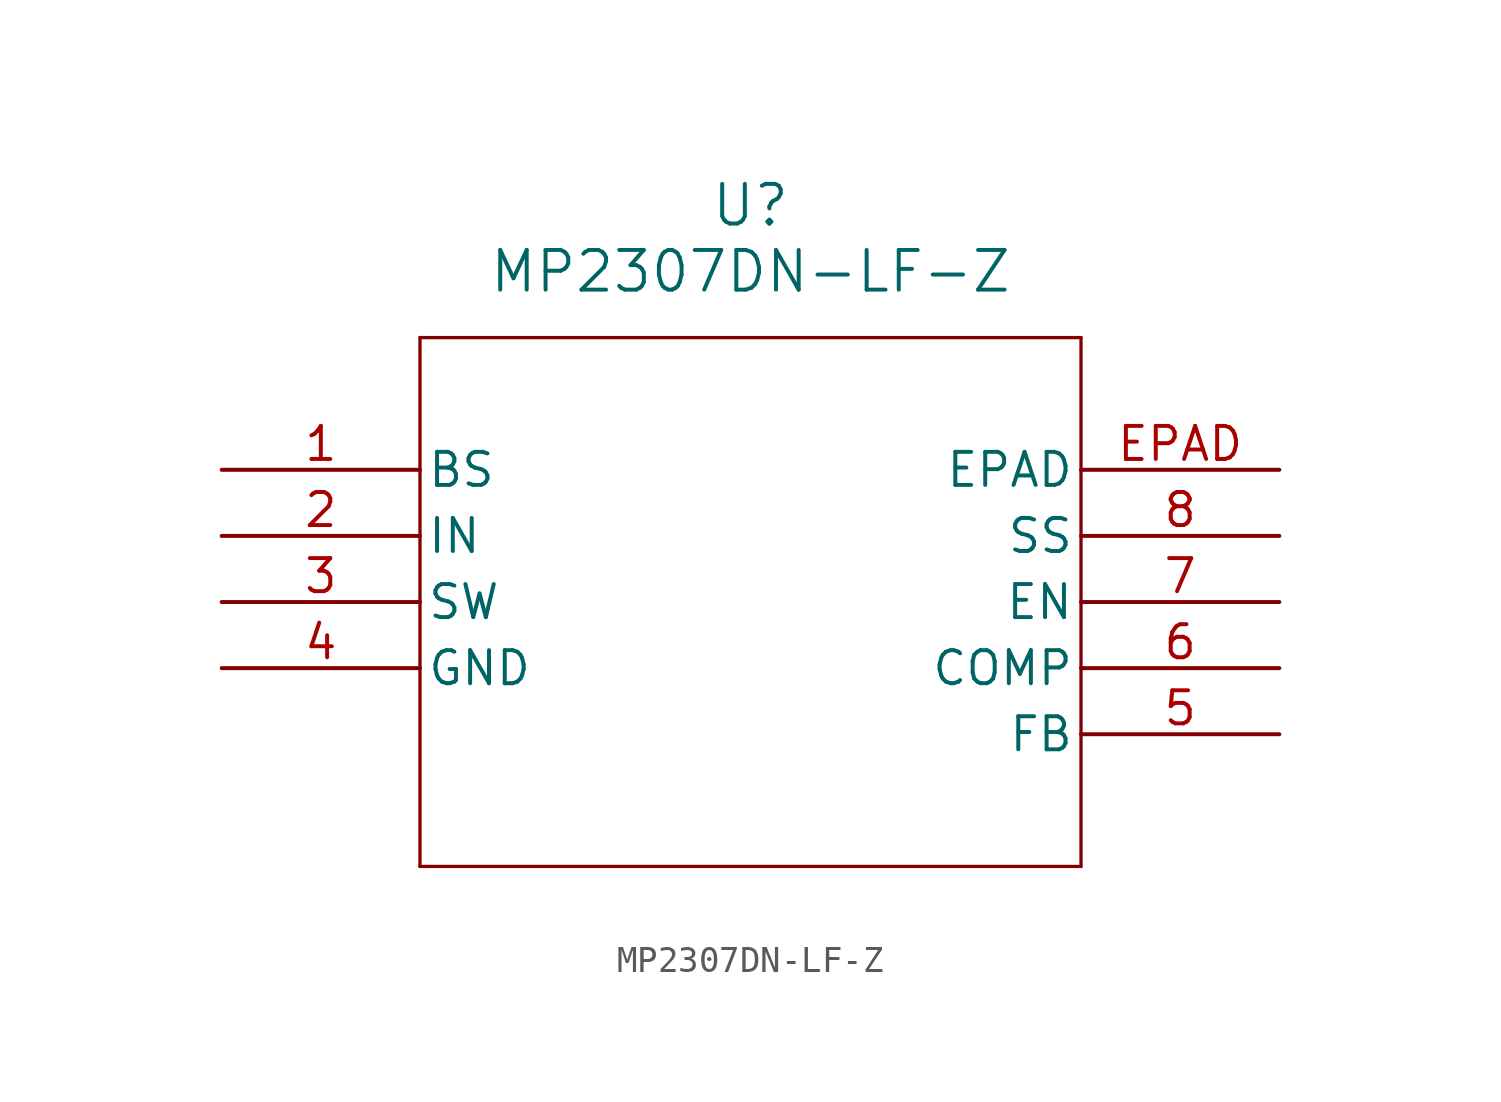
<source format=kicad_sym>
(kicad_symbol_lib
  (version 20211014)
  (generator kicad_symbol_editor)
  (symbol "MP2307DN-LF-Z"
    (pin_names
      (offset 0.254))
    (property "Reference" "U"
      (at 20.32 10.16 0)
      (effects (font (size 1.524 1.524))))
    (property "Value" "MP2307DN-LF-Z"
      (at 20.32 7.62 0)
      (effects (font (size 1.524 1.524))))
    (symbol "MP2307DN-LF-Z_0_1"
      (polyline (pts (xy 7.62 5.08) (xy 7.62 -15.24)) (stroke (width 0.127) (type default) (color 0 0 0 0)) (fill (type none)))
      (polyline (pts (xy 7.62 -15.24) (xy 33.02 -15.24)) (stroke (width 0.127) (type default) (color 0 0 0 0)) (fill (type none)))
      (polyline (pts (xy 33.02 -15.24) (xy 33.02 5.08)) (stroke (width 0.127) (type default) (color 0 0 0 0)) (fill (type none)))
      (polyline (pts (xy 33.02 5.08) (xy 7.62 5.08)) (stroke (width 0.127) (type default) (color 0 0 0 0)) (fill (type none)))
      (pin unspecified line (at 0 0 0) (length 7.62) (name "BS" (effects (font (size 1.27 1.27)))) (number "1" (effects (font (size 1.27 1.27)))))
      (pin unspecified line (at 0 -2.54 0) (length 7.62) (name "IN" (effects (font (size 1.27 1.27)))) (number "2" (effects (font (size 1.27 1.27)))))
      (pin unspecified line (at 0 -5.08 0) (length 7.62) (name "SW" (effects (font (size 1.27 1.27)))) (number "3" (effects (font (size 1.27 1.27)))))
      (pin power_out line (at 0 -7.62 0) (length 7.62) (name "GND" (effects (font (size 1.27 1.27)))) (number "4" (effects (font (size 1.27 1.27)))))
      (pin unspecified line (at 40.64 -10.16 180) (length 7.62) (name "FB" (effects (font (size 1.27 1.27)))) (number "5" (effects (font (size 1.27 1.27)))))
      (pin unspecified line (at 40.64 -7.62 180) (length 7.62) (name "COMP" (effects (font (size 1.27 1.27)))) (number "6" (effects (font (size 1.27 1.27)))))
      (pin unspecified line (at 40.64 -5.08 180) (length 7.62) (name "EN" (effects (font (size 1.27 1.27)))) (number "7" (effects (font (size 1.27 1.27)))))
      (pin unspecified line (at 40.64 -2.54 180) (length 7.62) (name "SS" (effects (font (size 1.27 1.27)))) (number "8" (effects (font (size 1.27 1.27)))))
      (pin unspecified line (at 40.64 0 180) (length 7.62) (name "EPAD" (effects (font (size 1.27 1.27)))) (number "EPAD" (effects (font (size 1.27 1.27))))))))
</source>
